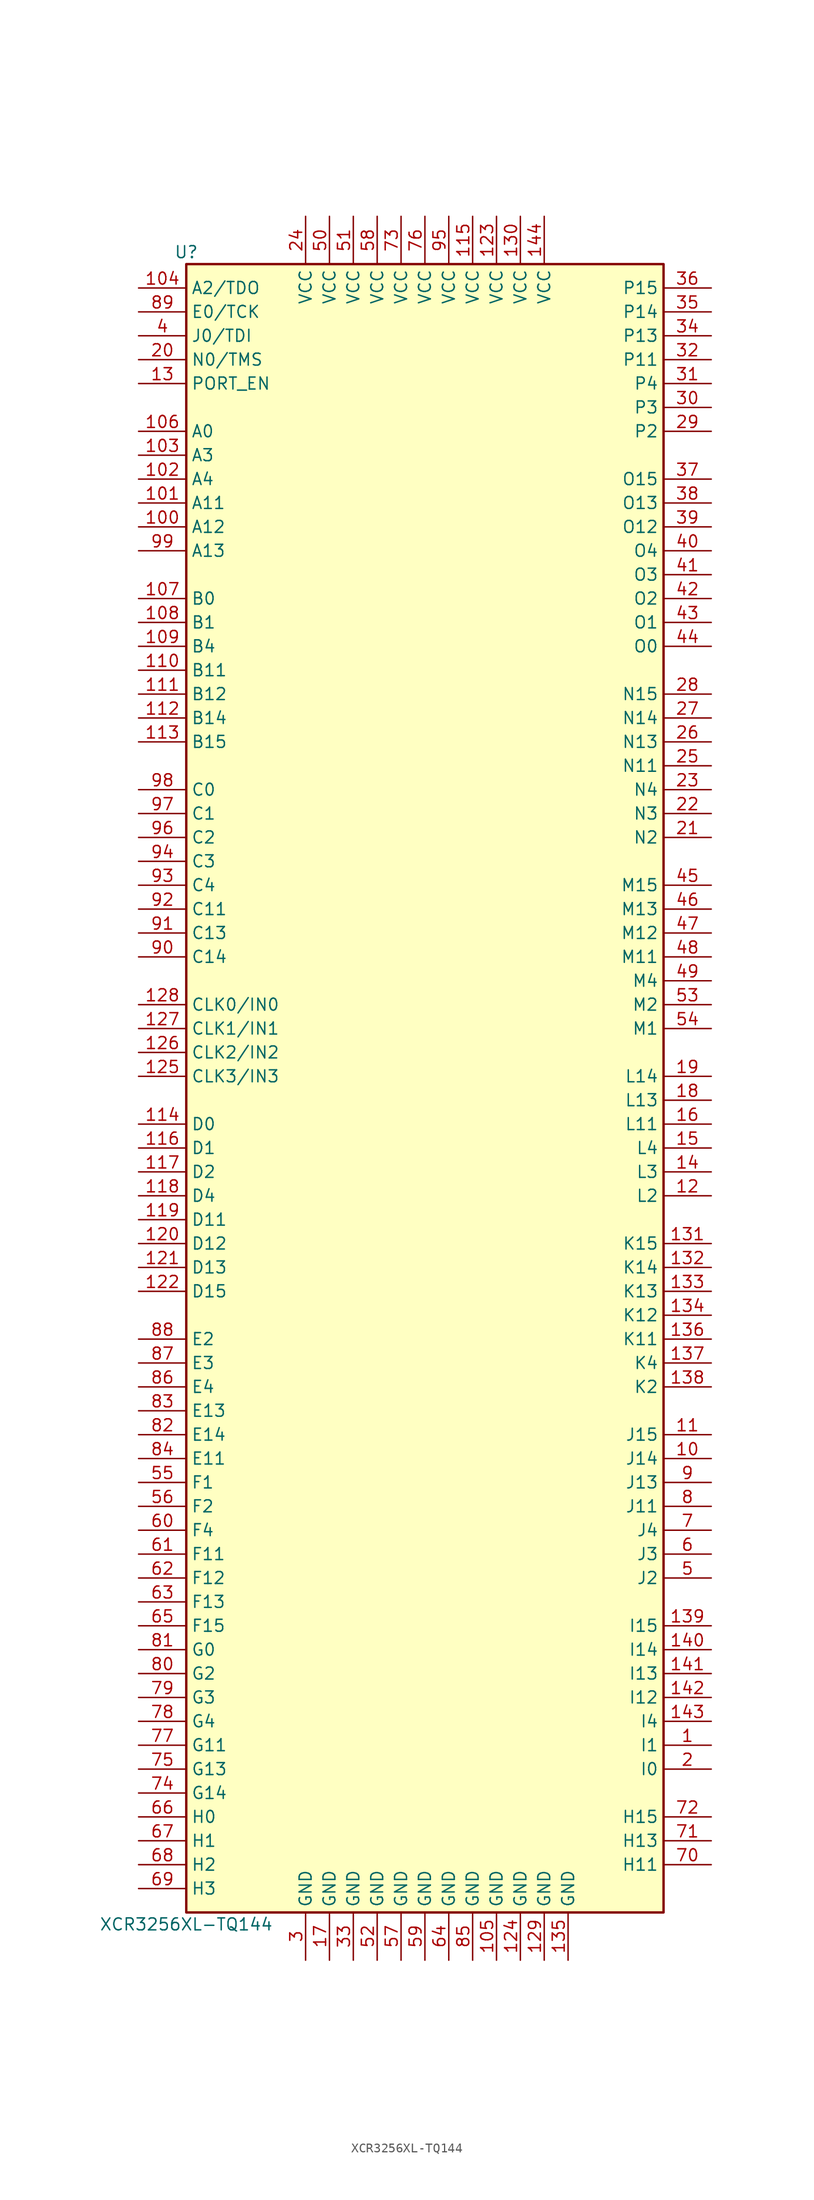
<source format=kicad_sym>
(kicad_symbol_lib
  (version 20220914)
  (generator kicad_symbol_editor)
  (symbol "XCR3256XL-TQ144"
    (property "Reference" "U"
      (at -25.4 87.63 0)
      (effects (font (size 1.27 1.27))))
    (property "Value" "XCR3256XL-TQ144"
      (at -25.4 -90.17 0)
      (effects (font (size 1.27 1.27))))
    (symbol "XCR3256XL-TQ144_1_1"
      (rectangle (start -25.4 86.36) (end 25.4 -88.9) (stroke (width 0.254) (type default)) (fill (type background)))
      (pin passive line (at 30.48 -71.12 180) (length 5.08) (name "I1" (effects (font (size 1.27 1.27)))) (number "1" (effects (font (size 1.27 1.27)))))
      (pin passive line (at 30.48 -40.64 180) (length 5.08) (name "J14" (effects (font (size 1.27 1.27)))) (number "10" (effects (font (size 1.27 1.27)))))
      (pin passive line (at -30.48 58.42 0) (length 5.08) (name "A12" (effects (font (size 1.27 1.27)))) (number "100" (effects (font (size 1.27 1.27)))))
      (pin passive line (at -30.48 60.96 0) (length 5.08) (name "A11" (effects (font (size 1.27 1.27)))) (number "101" (effects (font (size 1.27 1.27)))))
      (pin passive line (at -30.48 63.5 0) (length 5.08) (name "A4" (effects (font (size 1.27 1.27)))) (number "102" (effects (font (size 1.27 1.27)))))
      (pin passive line (at -30.48 66.04 0) (length 5.08) (name "A3" (effects (font (size 1.27 1.27)))) (number "103" (effects (font (size 1.27 1.27)))))
      (pin passive line (at -30.48 83.82 0) (length 5.08) (name "A2/TDO" (effects (font (size 1.27 1.27)))) (number "104" (effects (font (size 1.27 1.27)))))
      (pin power_in line (at 7.62 -93.98 90) (length 5.08) (name "GND" (effects (font (size 1.27 1.27)))) (number "105" (effects (font (size 1.27 1.27)))))
      (pin passive line (at -30.48 68.58 0) (length 5.08) (name "A0" (effects (font (size 1.27 1.27)))) (number "106" (effects (font (size 1.27 1.27)))))
      (pin passive line (at -30.48 50.8 0) (length 5.08) (name "B0" (effects (font (size 1.27 1.27)))) (number "107" (effects (font (size 1.27 1.27)))))
      (pin passive line (at -30.48 48.26 0) (length 5.08) (name "B1" (effects (font (size 1.27 1.27)))) (number "108" (effects (font (size 1.27 1.27)))))
      (pin passive line (at -30.48 45.72 0) (length 5.08) (name "B4" (effects (font (size 1.27 1.27)))) (number "109" (effects (font (size 1.27 1.27)))))
      (pin passive line (at 30.48 -38.1 180) (length 5.08) (name "J15" (effects (font (size 1.27 1.27)))) (number "11" (effects (font (size 1.27 1.27)))))
      (pin passive line (at -30.48 43.18 0) (length 5.08) (name "B11" (effects (font (size 1.27 1.27)))) (number "110" (effects (font (size 1.27 1.27)))))
      (pin passive line (at -30.48 40.64 0) (length 5.08) (name "B12" (effects (font (size 1.27 1.27)))) (number "111" (effects (font (size 1.27 1.27)))))
      (pin passive line (at -30.48 38.1 0) (length 5.08) (name "B14" (effects (font (size 1.27 1.27)))) (number "112" (effects (font (size 1.27 1.27)))))
      (pin passive line (at -30.48 35.56 0) (length 5.08) (name "B15" (effects (font (size 1.27 1.27)))) (number "113" (effects (font (size 1.27 1.27)))))
      (pin passive line (at -30.48 -5.08 0) (length 5.08) (name "D0" (effects (font (size 1.27 1.27)))) (number "114" (effects (font (size 1.27 1.27)))))
      (pin power_in line (at 5.08 91.44 270) (length 5.08) (name "VCC" (effects (font (size 1.27 1.27)))) (number "115" (effects (font (size 1.27 1.27)))))
      (pin passive line (at -30.48 -7.62 0) (length 5.08) (name "D1" (effects (font (size 1.27 1.27)))) (number "116" (effects (font (size 1.27 1.27)))))
      (pin passive line (at -30.48 -10.16 0) (length 5.08) (name "D2" (effects (font (size 1.27 1.27)))) (number "117" (effects (font (size 1.27 1.27)))))
      (pin passive line (at -30.48 -12.7 0) (length 5.08) (name "D4" (effects (font (size 1.27 1.27)))) (number "118" (effects (font (size 1.27 1.27)))))
      (pin passive line (at -30.48 -15.24 0) (length 5.08) (name "D11" (effects (font (size 1.27 1.27)))) (number "119" (effects (font (size 1.27 1.27)))))
      (pin passive line (at 30.48 -12.7 180) (length 5.08) (name "L2" (effects (font (size 1.27 1.27)))) (number "12" (effects (font (size 1.27 1.27)))))
      (pin passive line (at -30.48 -17.78 0) (length 5.08) (name "D12" (effects (font (size 1.27 1.27)))) (number "120" (effects (font (size 1.27 1.27)))))
      (pin passive line (at -30.48 -20.32 0) (length 5.08) (name "D13" (effects (font (size 1.27 1.27)))) (number "121" (effects (font (size 1.27 1.27)))))
      (pin passive line (at -30.48 -22.86 0) (length 5.08) (name "D15" (effects (font (size 1.27 1.27)))) (number "122" (effects (font (size 1.27 1.27)))))
      (pin power_in line (at 7.62 91.44 270) (length 5.08) (name "VCC" (effects (font (size 1.27 1.27)))) (number "123" (effects (font (size 1.27 1.27)))))
      (pin power_in line (at 10.16 -93.98 90) (length 5.08) (name "GND" (effects (font (size 1.27 1.27)))) (number "124" (effects (font (size 1.27 1.27)))))
      (pin input line (at -30.48 0 0) (length 5.08) (name "CLK3/IN3" (effects (font (size 1.27 1.27)))) (number "125" (effects (font (size 1.27 1.27)))))
      (pin input line (at -30.48 2.54 0) (length 5.08) (name "CLK2/IN2" (effects (font (size 1.27 1.27)))) (number "126" (effects (font (size 1.27 1.27)))))
      (pin input line (at -30.48 5.08 0) (length 5.08) (name "CLK1/IN1" (effects (font (size 1.27 1.27)))) (number "127" (effects (font (size 1.27 1.27)))))
      (pin input line (at -30.48 7.62 0) (length 5.08) (name "CLK0/IN0" (effects (font (size 1.27 1.27)))) (number "128" (effects (font (size 1.27 1.27)))))
      (pin power_in line (at 12.7 -93.98 90) (length 5.08) (name "GND" (effects (font (size 1.27 1.27)))) (number "129" (effects (font (size 1.27 1.27)))))
      (pin passive line (at -30.48 73.66 0) (length 5.08) (name "PORT_EN" (effects (font (size 1.27 1.27)))) (number "13" (effects (font (size 1.27 1.27)))))
      (pin power_in line (at 10.16 91.44 270) (length 5.08) (name "VCC" (effects (font (size 1.27 1.27)))) (number "130" (effects (font (size 1.27 1.27)))))
      (pin passive line (at 30.48 -17.78 180) (length 5.08) (name "K15" (effects (font (size 1.27 1.27)))) (number "131" (effects (font (size 1.27 1.27)))))
      (pin passive line (at 30.48 -20.32 180) (length 5.08) (name "K14" (effects (font (size 1.27 1.27)))) (number "132" (effects (font (size 1.27 1.27)))))
      (pin passive line (at 30.48 -22.86 180) (length 5.08) (name "K13" (effects (font (size 1.27 1.27)))) (number "133" (effects (font (size 1.27 1.27)))))
      (pin passive line (at 30.48 -25.4 180) (length 5.08) (name "K12" (effects (font (size 1.27 1.27)))) (number "134" (effects (font (size 1.27 1.27)))))
      (pin power_in line (at 15.24 -93.98 90) (length 5.08) (name "GND" (effects (font (size 1.27 1.27)))) (number "135" (effects (font (size 1.27 1.27)))))
      (pin passive line (at 30.48 -27.94 180) (length 5.08) (name "K11" (effects (font (size 1.27 1.27)))) (number "136" (effects (font (size 1.27 1.27)))))
      (pin passive line (at 30.48 -30.48 180) (length 5.08) (name "K4" (effects (font (size 1.27 1.27)))) (number "137" (effects (font (size 1.27 1.27)))))
      (pin passive line (at 30.48 -33.02 180) (length 5.08) (name "K2" (effects (font (size 1.27 1.27)))) (number "138" (effects (font (size 1.27 1.27)))))
      (pin passive line (at 30.48 -58.42 180) (length 5.08) (name "I15" (effects (font (size 1.27 1.27)))) (number "139" (effects (font (size 1.27 1.27)))))
      (pin passive line (at 30.48 -10.16 180) (length 5.08) (name "L3" (effects (font (size 1.27 1.27)))) (number "14" (effects (font (size 1.27 1.27)))))
      (pin passive line (at 30.48 -60.96 180) (length 5.08) (name "I14" (effects (font (size 1.27 1.27)))) (number "140" (effects (font (size 1.27 1.27)))))
      (pin passive line (at 30.48 -63.5 180) (length 5.08) (name "I13" (effects (font (size 1.27 1.27)))) (number "141" (effects (font (size 1.27 1.27)))))
      (pin passive line (at 30.48 -66.04 180) (length 5.08) (name "I12" (effects (font (size 1.27 1.27)))) (number "142" (effects (font (size 1.27 1.27)))))
      (pin passive line (at 30.48 -68.58 180) (length 5.08) (name "I4" (effects (font (size 1.27 1.27)))) (number "143" (effects (font (size 1.27 1.27)))))
      (pin power_in line (at 12.7 91.44 270) (length 5.08) (name "VCC" (effects (font (size 1.27 1.27)))) (number "144" (effects (font (size 1.27 1.27)))))
      (pin passive line (at 30.48 -7.62 180) (length 5.08) (name "L4" (effects (font (size 1.27 1.27)))) (number "15" (effects (font (size 1.27 1.27)))))
      (pin passive line (at 30.48 -5.08 180) (length 5.08) (name "L11" (effects (font (size 1.27 1.27)))) (number "16" (effects (font (size 1.27 1.27)))))
      (pin power_in line (at -10.16 -93.98 90) (length 5.08) (name "GND" (effects (font (size 1.27 1.27)))) (number "17" (effects (font (size 1.27 1.27)))))
      (pin passive line (at 30.48 -2.54 180) (length 5.08) (name "L13" (effects (font (size 1.27 1.27)))) (number "18" (effects (font (size 1.27 1.27)))))
      (pin passive line (at 30.48 0 180) (length 5.08) (name "L14" (effects (font (size 1.27 1.27)))) (number "19" (effects (font (size 1.27 1.27)))))
      (pin passive line (at 30.48 -73.66 180) (length 5.08) (name "I0" (effects (font (size 1.27 1.27)))) (number "2" (effects (font (size 1.27 1.27)))))
      (pin passive line (at -30.48 76.2 0) (length 5.08) (name "N0/TMS" (effects (font (size 1.27 1.27)))) (number "20" (effects (font (size 1.27 1.27)))))
      (pin passive line (at 30.48 25.4 180) (length 5.08) (name "N2" (effects (font (size 1.27 1.27)))) (number "21" (effects (font (size 1.27 1.27)))))
      (pin passive line (at 30.48 27.94 180) (length 5.08) (name "N3" (effects (font (size 1.27 1.27)))) (number "22" (effects (font (size 1.27 1.27)))))
      (pin passive line (at 30.48 30.48 180) (length 5.08) (name "N4" (effects (font (size 1.27 1.27)))) (number "23" (effects (font (size 1.27 1.27)))))
      (pin power_in line (at -12.7 91.44 270) (length 5.08) (name "VCC" (effects (font (size 1.27 1.27)))) (number "24" (effects (font (size 1.27 1.27)))))
      (pin passive line (at 30.48 33.02 180) (length 5.08) (name "N11" (effects (font (size 1.27 1.27)))) (number "25" (effects (font (size 1.27 1.27)))))
      (pin passive line (at 30.48 35.56 180) (length 5.08) (name "N13" (effects (font (size 1.27 1.27)))) (number "26" (effects (font (size 1.27 1.27)))))
      (pin passive line (at 30.48 38.1 180) (length 5.08) (name "N14" (effects (font (size 1.27 1.27)))) (number "27" (effects (font (size 1.27 1.27)))))
      (pin passive line (at 30.48 40.64 180) (length 5.08) (name "N15" (effects (font (size 1.27 1.27)))) (number "28" (effects (font (size 1.27 1.27)))))
      (pin passive line (at 30.48 68.58 180) (length 5.08) (name "P2" (effects (font (size 1.27 1.27)))) (number "29" (effects (font (size 1.27 1.27)))))
      (pin power_in line (at -12.7 -93.98 90) (length 5.08) (name "GND" (effects (font (size 1.27 1.27)))) (number "3" (effects (font (size 1.27 1.27)))))
      (pin passive line (at 30.48 71.12 180) (length 5.08) (name "P3" (effects (font (size 1.27 1.27)))) (number "30" (effects (font (size 1.27 1.27)))))
      (pin passive line (at 30.48 73.66 180) (length 5.08) (name "P4" (effects (font (size 1.27 1.27)))) (number "31" (effects (font (size 1.27 1.27)))))
      (pin passive line (at 30.48 76.2 180) (length 5.08) (name "P11" (effects (font (size 1.27 1.27)))) (number "32" (effects (font (size 1.27 1.27)))))
      (pin power_in line (at -7.62 -93.98 90) (length 5.08) (name "GND" (effects (font (size 1.27 1.27)))) (number "33" (effects (font (size 1.27 1.27)))))
      (pin passive line (at 30.48 78.74 180) (length 5.08) (name "P13" (effects (font (size 1.27 1.27)))) (number "34" (effects (font (size 1.27 1.27)))))
      (pin passive line (at 30.48 81.28 180) (length 5.08) (name "P14" (effects (font (size 1.27 1.27)))) (number "35" (effects (font (size 1.27 1.27)))))
      (pin passive line (at 30.48 83.82 180) (length 5.08) (name "P15" (effects (font (size 1.27 1.27)))) (number "36" (effects (font (size 1.27 1.27)))))
      (pin passive line (at 30.48 63.5 180) (length 5.08) (name "O15" (effects (font (size 1.27 1.27)))) (number "37" (effects (font (size 1.27 1.27)))))
      (pin passive line (at 30.48 60.96 180) (length 5.08) (name "O13" (effects (font (size 1.27 1.27)))) (number "38" (effects (font (size 1.27 1.27)))))
      (pin passive line (at 30.48 58.42 180) (length 5.08) (name "O12" (effects (font (size 1.27 1.27)))) (number "39" (effects (font (size 1.27 1.27)))))
      (pin passive line (at -30.48 78.74 0) (length 5.08) (name "J0/TDI" (effects (font (size 1.27 1.27)))) (number "4" (effects (font (size 1.27 1.27)))))
      (pin passive line (at 30.48 55.88 180) (length 5.08) (name "O4" (effects (font (size 1.27 1.27)))) (number "40" (effects (font (size 1.27 1.27)))))
      (pin passive line (at 30.48 53.34 180) (length 5.08) (name "O3" (effects (font (size 1.27 1.27)))) (number "41" (effects (font (size 1.27 1.27)))))
      (pin passive line (at 30.48 50.8 180) (length 5.08) (name "O2" (effects (font (size 1.27 1.27)))) (number "42" (effects (font (size 1.27 1.27)))))
      (pin passive line (at 30.48 48.26 180) (length 5.08) (name "O1" (effects (font (size 1.27 1.27)))) (number "43" (effects (font (size 1.27 1.27)))))
      (pin passive line (at 30.48 45.72 180) (length 5.08) (name "O0" (effects (font (size 1.27 1.27)))) (number "44" (effects (font (size 1.27 1.27)))))
      (pin passive line (at 30.48 20.32 180) (length 5.08) (name "M15" (effects (font (size 1.27 1.27)))) (number "45" (effects (font (size 1.27 1.27)))))
      (pin passive line (at 30.48 17.78 180) (length 5.08) (name "M13" (effects (font (size 1.27 1.27)))) (number "46" (effects (font (size 1.27 1.27)))))
      (pin passive line (at 30.48 15.24 180) (length 5.08) (name "M12" (effects (font (size 1.27 1.27)))) (number "47" (effects (font (size 1.27 1.27)))))
      (pin passive line (at 30.48 12.7 180) (length 5.08) (name "M11" (effects (font (size 1.27 1.27)))) (number "48" (effects (font (size 1.27 1.27)))))
      (pin passive line (at 30.48 10.16 180) (length 5.08) (name "M4" (effects (font (size 1.27 1.27)))) (number "49" (effects (font (size 1.27 1.27)))))
      (pin passive line (at 30.48 -53.34 180) (length 5.08) (name "J2" (effects (font (size 1.27 1.27)))) (number "5" (effects (font (size 1.27 1.27)))))
      (pin power_in line (at -10.16 91.44 270) (length 5.08) (name "VCC" (effects (font (size 1.27 1.27)))) (number "50" (effects (font (size 1.27 1.27)))))
      (pin power_in line (at -7.62 91.44 270) (length 5.08) (name "VCC" (effects (font (size 1.27 1.27)))) (number "51" (effects (font (size 1.27 1.27)))))
      (pin power_in line (at -5.08 -93.98 90) (length 5.08) (name "GND" (effects (font (size 1.27 1.27)))) (number "52" (effects (font (size 1.27 1.27)))))
      (pin passive line (at 30.48 7.62 180) (length 5.08) (name "M2" (effects (font (size 1.27 1.27)))) (number "53" (effects (font (size 1.27 1.27)))))
      (pin passive line (at 30.48 5.08 180) (length 5.08) (name "M1" (effects (font (size 1.27 1.27)))) (number "54" (effects (font (size 1.27 1.27)))))
      (pin passive line (at -30.48 -43.18 0) (length 5.08) (name "F1" (effects (font (size 1.27 1.27)))) (number "55" (effects (font (size 1.27 1.27)))))
      (pin passive line (at -30.48 -45.72 0) (length 5.08) (name "F2" (effects (font (size 1.27 1.27)))) (number "56" (effects (font (size 1.27 1.27)))))
      (pin power_in line (at -2.54 -93.98 90) (length 5.08) (name "GND" (effects (font (size 1.27 1.27)))) (number "57" (effects (font (size 1.27 1.27)))))
      (pin power_in line (at -5.08 91.44 270) (length 5.08) (name "VCC" (effects (font (size 1.27 1.27)))) (number "58" (effects (font (size 1.27 1.27)))))
      (pin power_in line (at 0 -93.98 90) (length 5.08) (name "GND" (effects (font (size 1.27 1.27)))) (number "59" (effects (font (size 1.27 1.27)))))
      (pin passive line (at 30.48 -50.8 180) (length 5.08) (name "J3" (effects (font (size 1.27 1.27)))) (number "6" (effects (font (size 1.27 1.27)))))
      (pin passive line (at -30.48 -48.26 0) (length 5.08) (name "F4" (effects (font (size 1.27 1.27)))) (number "60" (effects (font (size 1.27 1.27)))))
      (pin passive line (at -30.48 -50.8 0) (length 5.08) (name "F11" (effects (font (size 1.27 1.27)))) (number "61" (effects (font (size 1.27 1.27)))))
      (pin passive line (at -30.48 -53.34 0) (length 5.08) (name "F12" (effects (font (size 1.27 1.27)))) (number "62" (effects (font (size 1.27 1.27)))))
      (pin passive line (at -30.48 -55.88 0) (length 5.08) (name "F13" (effects (font (size 1.27 1.27)))) (number "63" (effects (font (size 1.27 1.27)))))
      (pin power_in line (at 2.54 -93.98 90) (length 5.08) (name "GND" (effects (font (size 1.27 1.27)))) (number "64" (effects (font (size 1.27 1.27)))))
      (pin passive line (at -30.48 -58.42 0) (length 5.08) (name "F15" (effects (font (size 1.27 1.27)))) (number "65" (effects (font (size 1.27 1.27)))))
      (pin passive line (at -30.48 -78.74 0) (length 5.08) (name "H0" (effects (font (size 1.27 1.27)))) (number "66" (effects (font (size 1.27 1.27)))))
      (pin passive line (at -30.48 -81.28 0) (length 5.08) (name "H1" (effects (font (size 1.27 1.27)))) (number "67" (effects (font (size 1.27 1.27)))))
      (pin passive line (at -30.48 -83.82 0) (length 5.08) (name "H2" (effects (font (size 1.27 1.27)))) (number "68" (effects (font (size 1.27 1.27)))))
      (pin passive line (at -30.48 -86.36 0) (length 5.08) (name "H3" (effects (font (size 1.27 1.27)))) (number "69" (effects (font (size 1.27 1.27)))))
      (pin passive line (at 30.48 -48.26 180) (length 5.08) (name "J4" (effects (font (size 1.27 1.27)))) (number "7" (effects (font (size 1.27 1.27)))))
      (pin passive line (at 30.48 -83.82 180) (length 5.08) (name "H11" (effects (font (size 1.27 1.27)))) (number "70" (effects (font (size 1.27 1.27)))))
      (pin passive line (at 30.48 -81.28 180) (length 5.08) (name "H13" (effects (font (size 1.27 1.27)))) (number "71" (effects (font (size 1.27 1.27)))))
      (pin passive line (at 30.48 -78.74 180) (length 5.08) (name "H15" (effects (font (size 1.27 1.27)))) (number "72" (effects (font (size 1.27 1.27)))))
      (pin power_in line (at -2.54 91.44 270) (length 5.08) (name "VCC" (effects (font (size 1.27 1.27)))) (number "73" (effects (font (size 1.27 1.27)))))
      (pin passive line (at -30.48 -76.2 0) (length 5.08) (name "G14" (effects (font (size 1.27 1.27)))) (number "74" (effects (font (size 1.27 1.27)))))
      (pin passive line (at -30.48 -73.66 0) (length 5.08) (name "G13" (effects (font (size 1.27 1.27)))) (number "75" (effects (font (size 1.27 1.27)))))
      (pin power_in line (at 0 91.44 270) (length 5.08) (name "VCC" (effects (font (size 1.27 1.27)))) (number "76" (effects (font (size 1.27 1.27)))))
      (pin passive line (at -30.48 -71.12 0) (length 5.08) (name "G11" (effects (font (size 1.27 1.27)))) (number "77" (effects (font (size 1.27 1.27)))))
      (pin passive line (at -30.48 -68.58 0) (length 5.08) (name "G4" (effects (font (size 1.27 1.27)))) (number "78" (effects (font (size 1.27 1.27)))))
      (pin passive line (at -30.48 -66.04 0) (length 5.08) (name "G3" (effects (font (size 1.27 1.27)))) (number "79" (effects (font (size 1.27 1.27)))))
      (pin passive line (at 30.48 -45.72 180) (length 5.08) (name "J11" (effects (font (size 1.27 1.27)))) (number "8" (effects (font (size 1.27 1.27)))))
      (pin passive line (at -30.48 -63.5 0) (length 5.08) (name "G2" (effects (font (size 1.27 1.27)))) (number "80" (effects (font (size 1.27 1.27)))))
      (pin input line (at -30.48 -60.96 0) (length 5.08) (name "G0" (effects (font (size 1.27 1.27)))) (number "81" (effects (font (size 1.27 1.27)))))
      (pin passive line (at -30.48 -38.1 0) (length 5.08) (name "E14" (effects (font (size 1.27 1.27)))) (number "82" (effects (font (size 1.27 1.27)))))
      (pin passive line (at -30.48 -35.56 0) (length 5.08) (name "E13" (effects (font (size 1.27 1.27)))) (number "83" (effects (font (size 1.27 1.27)))))
      (pin passive line (at -30.48 -40.64 0) (length 5.08) (name "E11" (effects (font (size 1.27 1.27)))) (number "84" (effects (font (size 1.27 1.27)))))
      (pin power_in line (at 5.08 -93.98 90) (length 5.08) (name "GND" (effects (font (size 1.27 1.27)))) (number "85" (effects (font (size 1.27 1.27)))))
      (pin passive line (at -30.48 -33.02 0) (length 5.08) (name "E4" (effects (font (size 1.27 1.27)))) (number "86" (effects (font (size 1.27 1.27)))))
      (pin passive line (at -30.48 -30.48 0) (length 5.08) (name "E3" (effects (font (size 1.27 1.27)))) (number "87" (effects (font (size 1.27 1.27)))))
      (pin passive line (at -30.48 -27.94 0) (length 5.08) (name "E2" (effects (font (size 1.27 1.27)))) (number "88" (effects (font (size 1.27 1.27)))))
      (pin passive line (at -30.48 81.28 0) (length 5.08) (name "E0/TCK" (effects (font (size 1.27 1.27)))) (number "89" (effects (font (size 1.27 1.27)))))
      (pin passive line (at 30.48 -43.18 180) (length 5.08) (name "J13" (effects (font (size 1.27 1.27)))) (number "9" (effects (font (size 1.27 1.27)))))
      (pin passive line (at -30.48 12.7 0) (length 5.08) (name "C14" (effects (font (size 1.27 1.27)))) (number "90" (effects (font (size 1.27 1.27)))))
      (pin passive line (at -30.48 15.24 0) (length 5.08) (name "C13" (effects (font (size 1.27 1.27)))) (number "91" (effects (font (size 1.27 1.27)))))
      (pin passive line (at -30.48 17.78 0) (length 5.08) (name "C11" (effects (font (size 1.27 1.27)))) (number "92" (effects (font (size 1.27 1.27)))))
      (pin passive line (at -30.48 20.32 0) (length 5.08) (name "C4" (effects (font (size 1.27 1.27)))) (number "93" (effects (font (size 1.27 1.27)))))
      (pin passive line (at -30.48 22.86 0) (length 5.08) (name "C3" (effects (font (size 1.27 1.27)))) (number "94" (effects (font (size 1.27 1.27)))))
      (pin power_in line (at 2.54 91.44 270) (length 5.08) (name "VCC" (effects (font (size 1.27 1.27)))) (number "95" (effects (font (size 1.27 1.27)))))
      (pin passive line (at -30.48 25.4 0) (length 5.08) (name "C2" (effects (font (size 1.27 1.27)))) (number "96" (effects (font (size 1.27 1.27)))))
      (pin passive line (at -30.48 27.94 0) (length 5.08) (name "C1" (effects (font (size 1.27 1.27)))) (number "97" (effects (font (size 1.27 1.27)))))
      (pin passive line (at -30.48 30.48 0) (length 5.08) (name "C0" (effects (font (size 1.27 1.27)))) (number "98" (effects (font (size 1.27 1.27)))))
      (pin passive line (at -30.48 55.88 0) (length 5.08) (name "A13" (effects (font (size 1.27 1.27)))) (number "99" (effects (font (size 1.27 1.27))))))))
</source>
